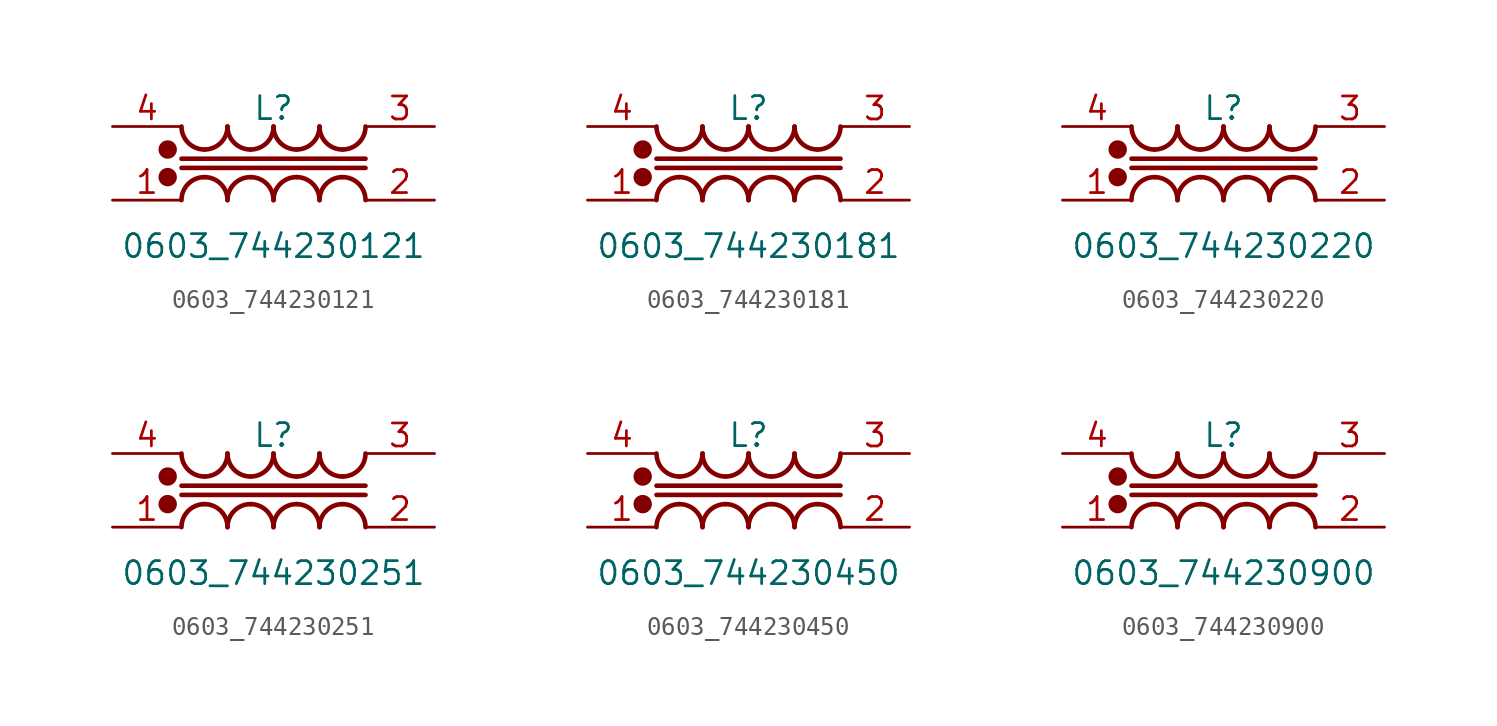
<source format=kicad_sym>
(kicad_symbol_lib
  (version 20211014)
  (generator kicad_symbol_editor)
  (symbol "Inductor_Wurth_WE-CNSW:0603_744230121"
    (pin_names hide)
    (property "Reference" "L"
      (at 0 5.08 0)
      (effects (font (size 1.27 1.27))))
    (property "Value" "0603_744230121"
      (at 0 -2.54 0)
      (effects (font (size 1.27 1.27))))
    (symbol "0603_744230121_0_1"
      (arc (start -5.08 4.064) (mid -4.708 3.166) (end -3.81 2.794) (stroke (width 0.254) (type default)) (fill (type none)))
      (arc (start -3.81 1.27) (mid -4.708 0.898) (end -5.08 0) (stroke (width 0.254) (type default)) (fill (type none)))
      (arc (start -3.81 2.794) (mid -2.912 3.166) (end -2.54 4.064) (stroke (width 0.254) (type default)) (fill (type none)))
      (arc (start -2.54 0) (mid -2.912 0.898) (end -3.81 1.27) (stroke (width 0.254) (type default)) (fill (type none)))
      (arc (start -2.5399 4.0639) (mid -2.1679 3.1659) (end -1.2699 2.7939) (stroke (width 0.254) (type default)) (fill (type none)))
      (arc (start -1.2699 1.2701) (mid -2.1679 0.8981) (end -2.5399 0.0001) (stroke (width 0.254) (type default)) (fill (type none)))
      (arc (start -1.2699 2.7939) (mid -0.3719 3.1659) (end 0.0001 4.0639) (stroke (width 0.254) (type default)) (fill (type none)))
      (arc (start 0.0001 0.0001) (mid -0.3719 0.8981) (end -1.2699 1.2701) (stroke (width 0.254) (type default)) (fill (type none)))
      (polyline (pts (xy -5.08 1.778) (xy 5.08 1.778)) (stroke (width 0.254) (type default)) (fill (type none)))
      (polyline (pts (xy -5.08 2.286) (xy 5.08 2.286)) (stroke (width 0.254) (type default)) (fill (type none)))
      (arc (start 0.0001 4.0639) (mid 0.3721 3.166) (end 1.2701 2.7939) (stroke (width 0.254) (type default)) (fill (type none)))
      (arc (start 1.2701 1.2701) (mid 0.3721 0.8981) (end 0.0001 0.0001) (stroke (width 0.254) (type default)) (fill (type none)))
      (arc (start 1.2701 2.7939) (mid 2.1681 3.1659) (end 2.5401 4.0639) (stroke (width 0.254) (type default)) (fill (type none)))
      (arc (start 2.5401 0.0001) (mid 2.1681 0.8981) (end 1.2701 1.2701) (stroke (width 0.254) (type default)) (fill (type none)))
      (arc (start 2.5401 4.0639) (mid 2.9121 3.166) (end 3.8101 2.7939) (stroke (width 0.254) (type default)) (fill (type none)))
      (arc (start 3.8101 1.2701) (mid 2.9121 0.8981) (end 2.5401 0.0001) (stroke (width 0.254) (type default)) (fill (type none)))
      (arc (start 3.8101 2.7939) (mid 4.7081 3.1659) (end 5.0801 4.0639) (stroke (width 0.254) (type default)) (fill (type none)))
      (arc (start 5.0801 0.0001) (mid 4.7081 0.8981) (end 3.8101 1.2701) (stroke (width 0.254) (type default)) (fill (type none))))
    (symbol "0603_744230121_1_1"
      (circle (center -5.842 1.27) (radius 0.0001) (stroke (width 0.508) (type default)) (fill (type none)))
      (circle (center -5.842 2.794) (radius 0.0001) (stroke (width 0.508) (type default)) (fill (type none)))
      (pin passive line (at -8.89 0 0) (length 3.81) (name "1" (effects (font (size 1.27 1.27)))) (number "1" (effects (font (size 1.27 1.27)))))
      (pin passive line (at 8.89 0 180) (length 3.81) (name "2" (effects (font (size 1.27 1.27)))) (number "2" (effects (font (size 1.27 1.27)))))
      (pin passive line (at 8.89 4.064 180) (length 3.81) (name "3" (effects (font (size 1.27 1.27)))) (number "3" (effects (font (size 1.27 1.27)))))
      (pin passive line (at -8.89 4.064 0) (length 3.81) (name "4" (effects (font (size 1.27 1.27)))) (number "4" (effects (font (size 1.27 1.27)))))))
  (symbol "Inductor_Wurth_WE-CNSW:0603_744230181"
    (pin_names hide)
    (property "Reference" "L"
      (at 0 5.08 0)
      (effects (font (size 1.27 1.27))))
    (property "Value" "0603_744230181"
      (at 0 -2.54 0)
      (effects (font (size 1.27 1.27))))
    (symbol "0603_744230181_0_1"
      (arc (start -5.08 4.064) (mid -4.708 3.166) (end -3.81 2.794) (stroke (width 0.254) (type default)) (fill (type none)))
      (arc (start -3.81 1.27) (mid -4.708 0.898) (end -5.08 0) (stroke (width 0.254) (type default)) (fill (type none)))
      (arc (start -3.81 2.794) (mid -2.912 3.166) (end -2.54 4.064) (stroke (width 0.254) (type default)) (fill (type none)))
      (arc (start -2.54 0) (mid -2.912 0.898) (end -3.81 1.27) (stroke (width 0.254) (type default)) (fill (type none)))
      (arc (start -2.5399 4.0639) (mid -2.1679 3.1659) (end -1.2699 2.7939) (stroke (width 0.254) (type default)) (fill (type none)))
      (arc (start -1.2699 1.2701) (mid -2.1679 0.8981) (end -2.5399 0.0001) (stroke (width 0.254) (type default)) (fill (type none)))
      (arc (start -1.2699 2.7939) (mid -0.3719 3.1659) (end 0.0001 4.0639) (stroke (width 0.254) (type default)) (fill (type none)))
      (arc (start 0.0001 0.0001) (mid -0.3719 0.8981) (end -1.2699 1.2701) (stroke (width 0.254) (type default)) (fill (type none)))
      (polyline (pts (xy -5.08 1.778) (xy 5.08 1.778)) (stroke (width 0.254) (type default)) (fill (type none)))
      (polyline (pts (xy -5.08 2.286) (xy 5.08 2.286)) (stroke (width 0.254) (type default)) (fill (type none)))
      (arc (start 0.0001 4.0639) (mid 0.3721 3.166) (end 1.2701 2.7939) (stroke (width 0.254) (type default)) (fill (type none)))
      (arc (start 1.2701 1.2701) (mid 0.3721 0.8981) (end 0.0001 0.0001) (stroke (width 0.254) (type default)) (fill (type none)))
      (arc (start 1.2701 2.7939) (mid 2.1681 3.1659) (end 2.5401 4.0639) (stroke (width 0.254) (type default)) (fill (type none)))
      (arc (start 2.5401 0.0001) (mid 2.1681 0.8981) (end 1.2701 1.2701) (stroke (width 0.254) (type default)) (fill (type none)))
      (arc (start 2.5401 4.0639) (mid 2.9121 3.166) (end 3.8101 2.7939) (stroke (width 0.254) (type default)) (fill (type none)))
      (arc (start 3.8101 1.2701) (mid 2.9121 0.8981) (end 2.5401 0.0001) (stroke (width 0.254) (type default)) (fill (type none)))
      (arc (start 3.8101 2.7939) (mid 4.7081 3.1659) (end 5.0801 4.0639) (stroke (width 0.254) (type default)) (fill (type none)))
      (arc (start 5.0801 0.0001) (mid 4.7081 0.8981) (end 3.8101 1.2701) (stroke (width 0.254) (type default)) (fill (type none))))
    (symbol "0603_744230181_1_1"
      (circle (center -5.842 1.27) (radius 0.0001) (stroke (width 0.508) (type default)) (fill (type none)))
      (circle (center -5.842 2.794) (radius 0.0001) (stroke (width 0.508) (type default)) (fill (type none)))
      (pin passive line (at -8.89 0 0) (length 3.81) (name "1" (effects (font (size 1.27 1.27)))) (number "1" (effects (font (size 1.27 1.27)))))
      (pin passive line (at 8.89 0 180) (length 3.81) (name "2" (effects (font (size 1.27 1.27)))) (number "2" (effects (font (size 1.27 1.27)))))
      (pin passive line (at 8.89 4.064 180) (length 3.81) (name "3" (effects (font (size 1.27 1.27)))) (number "3" (effects (font (size 1.27 1.27)))))
      (pin passive line (at -8.89 4.064 0) (length 3.81) (name "4" (effects (font (size 1.27 1.27)))) (number "4" (effects (font (size 1.27 1.27)))))))
  (symbol "Inductor_Wurth_WE-CNSW:0603_744230220"
    (pin_names hide)
    (property "Reference" "L"
      (at 0 5.08 0)
      (effects (font (size 1.27 1.27))))
    (property "Value" "0603_744230220"
      (at 0 -2.54 0)
      (effects (font (size 1.27 1.27))))
    (symbol "0603_744230220_0_1"
      (arc (start -5.08 4.064) (mid -4.708 3.166) (end -3.81 2.794) (stroke (width 0.254) (type default)) (fill (type none)))
      (arc (start -3.81 1.27) (mid -4.708 0.898) (end -5.08 0) (stroke (width 0.254) (type default)) (fill (type none)))
      (arc (start -3.81 2.794) (mid -2.912 3.166) (end -2.54 4.064) (stroke (width 0.254) (type default)) (fill (type none)))
      (arc (start -2.54 0) (mid -2.912 0.898) (end -3.81 1.27) (stroke (width 0.254) (type default)) (fill (type none)))
      (arc (start -2.5399 4.0639) (mid -2.1679 3.1659) (end -1.2699 2.7939) (stroke (width 0.254) (type default)) (fill (type none)))
      (arc (start -1.2699 1.2701) (mid -2.1679 0.8981) (end -2.5399 0.0001) (stroke (width 0.254) (type default)) (fill (type none)))
      (arc (start -1.2699 2.7939) (mid -0.3719 3.1659) (end 0.0001 4.0639) (stroke (width 0.254) (type default)) (fill (type none)))
      (arc (start 0.0001 0.0001) (mid -0.3719 0.8981) (end -1.2699 1.2701) (stroke (width 0.254) (type default)) (fill (type none)))
      (polyline (pts (xy -5.08 1.778) (xy 5.08 1.778)) (stroke (width 0.254) (type default)) (fill (type none)))
      (polyline (pts (xy -5.08 2.286) (xy 5.08 2.286)) (stroke (width 0.254) (type default)) (fill (type none)))
      (arc (start 0.0001 4.0639) (mid 0.3721 3.166) (end 1.2701 2.7939) (stroke (width 0.254) (type default)) (fill (type none)))
      (arc (start 1.2701 1.2701) (mid 0.3721 0.8981) (end 0.0001 0.0001) (stroke (width 0.254) (type default)) (fill (type none)))
      (arc (start 1.2701 2.7939) (mid 2.1681 3.1659) (end 2.5401 4.0639) (stroke (width 0.254) (type default)) (fill (type none)))
      (arc (start 2.5401 0.0001) (mid 2.1681 0.8981) (end 1.2701 1.2701) (stroke (width 0.254) (type default)) (fill (type none)))
      (arc (start 2.5401 4.0639) (mid 2.9121 3.166) (end 3.8101 2.7939) (stroke (width 0.254) (type default)) (fill (type none)))
      (arc (start 3.8101 1.2701) (mid 2.9121 0.8981) (end 2.5401 0.0001) (stroke (width 0.254) (type default)) (fill (type none)))
      (arc (start 3.8101 2.7939) (mid 4.7081 3.1659) (end 5.0801 4.0639) (stroke (width 0.254) (type default)) (fill (type none)))
      (arc (start 5.0801 0.0001) (mid 4.7081 0.8981) (end 3.8101 1.2701) (stroke (width 0.254) (type default)) (fill (type none))))
    (symbol "0603_744230220_1_1"
      (circle (center -5.842 1.27) (radius 0.0001) (stroke (width 0.508) (type default)) (fill (type none)))
      (circle (center -5.842 2.794) (radius 0.0001) (stroke (width 0.508) (type default)) (fill (type none)))
      (pin passive line (at -8.89 0 0) (length 3.81) (name "1" (effects (font (size 1.27 1.27)))) (number "1" (effects (font (size 1.27 1.27)))))
      (pin passive line (at 8.89 0 180) (length 3.81) (name "2" (effects (font (size 1.27 1.27)))) (number "2" (effects (font (size 1.27 1.27)))))
      (pin passive line (at 8.89 4.064 180) (length 3.81) (name "3" (effects (font (size 1.27 1.27)))) (number "3" (effects (font (size 1.27 1.27)))))
      (pin passive line (at -8.89 4.064 0) (length 3.81) (name "4" (effects (font (size 1.27 1.27)))) (number "4" (effects (font (size 1.27 1.27)))))))
  (symbol "Inductor_Wurth_WE-CNSW:0603_744230251"
    (pin_names hide)
    (property "Reference" "L"
      (at 0 5.08 0)
      (effects (font (size 1.27 1.27))))
    (property "Value" "0603_744230251"
      (at 0 -2.54 0)
      (effects (font (size 1.27 1.27))))
    (symbol "0603_744230251_0_1"
      (arc (start -5.08 4.064) (mid -4.708 3.166) (end -3.81 2.794) (stroke (width 0.254) (type default)) (fill (type none)))
      (arc (start -3.81 1.27) (mid -4.708 0.898) (end -5.08 0) (stroke (width 0.254) (type default)) (fill (type none)))
      (arc (start -3.81 2.794) (mid -2.912 3.166) (end -2.54 4.064) (stroke (width 0.254) (type default)) (fill (type none)))
      (arc (start -2.54 0) (mid -2.912 0.898) (end -3.81 1.27) (stroke (width 0.254) (type default)) (fill (type none)))
      (arc (start -2.5399 4.0639) (mid -2.1679 3.1659) (end -1.2699 2.7939) (stroke (width 0.254) (type default)) (fill (type none)))
      (arc (start -1.2699 1.2701) (mid -2.1679 0.8981) (end -2.5399 0.0001) (stroke (width 0.254) (type default)) (fill (type none)))
      (arc (start -1.2699 2.7939) (mid -0.3719 3.1659) (end 0.0001 4.0639) (stroke (width 0.254) (type default)) (fill (type none)))
      (arc (start 0.0001 0.0001) (mid -0.3719 0.8981) (end -1.2699 1.2701) (stroke (width 0.254) (type default)) (fill (type none)))
      (polyline (pts (xy -5.08 1.778) (xy 5.08 1.778)) (stroke (width 0.254) (type default)) (fill (type none)))
      (polyline (pts (xy -5.08 2.286) (xy 5.08 2.286)) (stroke (width 0.254) (type default)) (fill (type none)))
      (arc (start 0.0001 4.0639) (mid 0.3721 3.166) (end 1.2701 2.7939) (stroke (width 0.254) (type default)) (fill (type none)))
      (arc (start 1.2701 1.2701) (mid 0.3721 0.8981) (end 0.0001 0.0001) (stroke (width 0.254) (type default)) (fill (type none)))
      (arc (start 1.2701 2.7939) (mid 2.1681 3.1659) (end 2.5401 4.0639) (stroke (width 0.254) (type default)) (fill (type none)))
      (arc (start 2.5401 0.0001) (mid 2.1681 0.8981) (end 1.2701 1.2701) (stroke (width 0.254) (type default)) (fill (type none)))
      (arc (start 2.5401 4.0639) (mid 2.9121 3.166) (end 3.8101 2.7939) (stroke (width 0.254) (type default)) (fill (type none)))
      (arc (start 3.8101 1.2701) (mid 2.9121 0.8981) (end 2.5401 0.0001) (stroke (width 0.254) (type default)) (fill (type none)))
      (arc (start 3.8101 2.7939) (mid 4.7081 3.1659) (end 5.0801 4.0639) (stroke (width 0.254) (type default)) (fill (type none)))
      (arc (start 5.0801 0.0001) (mid 4.7081 0.8981) (end 3.8101 1.2701) (stroke (width 0.254) (type default)) (fill (type none))))
    (symbol "0603_744230251_1_1"
      (circle (center -5.842 1.27) (radius 0.0001) (stroke (width 0.508) (type default)) (fill (type none)))
      (circle (center -5.842 2.794) (radius 0.0001) (stroke (width 0.508) (type default)) (fill (type none)))
      (pin passive line (at -8.89 0 0) (length 3.81) (name "1" (effects (font (size 1.27 1.27)))) (number "1" (effects (font (size 1.27 1.27)))))
      (pin passive line (at 8.89 0 180) (length 3.81) (name "2" (effects (font (size 1.27 1.27)))) (number "2" (effects (font (size 1.27 1.27)))))
      (pin passive line (at 8.89 4.064 180) (length 3.81) (name "3" (effects (font (size 1.27 1.27)))) (number "3" (effects (font (size 1.27 1.27)))))
      (pin passive line (at -8.89 4.064 0) (length 3.81) (name "4" (effects (font (size 1.27 1.27)))) (number "4" (effects (font (size 1.27 1.27)))))))
  (symbol "Inductor_Wurth_WE-CNSW:0603_744230450"
    (pin_names hide)
    (property "Reference" "L"
      (at 0 5.08 0)
      (effects (font (size 1.27 1.27))))
    (property "Value" "0603_744230450"
      (at 0 -2.54 0)
      (effects (font (size 1.27 1.27))))
    (symbol "0603_744230450_0_1"
      (arc (start -5.08 4.064) (mid -4.708 3.166) (end -3.81 2.794) (stroke (width 0.254) (type default)) (fill (type none)))
      (arc (start -3.81 1.27) (mid -4.708 0.898) (end -5.08 0) (stroke (width 0.254) (type default)) (fill (type none)))
      (arc (start -3.81 2.794) (mid -2.912 3.166) (end -2.54 4.064) (stroke (width 0.254) (type default)) (fill (type none)))
      (arc (start -2.54 0) (mid -2.912 0.898) (end -3.81 1.27) (stroke (width 0.254) (type default)) (fill (type none)))
      (arc (start -2.5399 4.0639) (mid -2.1679 3.1659) (end -1.2699 2.7939) (stroke (width 0.254) (type default)) (fill (type none)))
      (arc (start -1.2699 1.2701) (mid -2.1679 0.8981) (end -2.5399 0.0001) (stroke (width 0.254) (type default)) (fill (type none)))
      (arc (start -1.2699 2.7939) (mid -0.3719 3.1659) (end 0.0001 4.0639) (stroke (width 0.254) (type default)) (fill (type none)))
      (arc (start 0.0001 0.0001) (mid -0.3719 0.8981) (end -1.2699 1.2701) (stroke (width 0.254) (type default)) (fill (type none)))
      (polyline (pts (xy -5.08 1.778) (xy 5.08 1.778)) (stroke (width 0.254) (type default)) (fill (type none)))
      (polyline (pts (xy -5.08 2.286) (xy 5.08 2.286)) (stroke (width 0.254) (type default)) (fill (type none)))
      (arc (start 0.0001 4.0639) (mid 0.3721 3.166) (end 1.2701 2.7939) (stroke (width 0.254) (type default)) (fill (type none)))
      (arc (start 1.2701 1.2701) (mid 0.3721 0.8981) (end 0.0001 0.0001) (stroke (width 0.254) (type default)) (fill (type none)))
      (arc (start 1.2701 2.7939) (mid 2.1681 3.1659) (end 2.5401 4.0639) (stroke (width 0.254) (type default)) (fill (type none)))
      (arc (start 2.5401 0.0001) (mid 2.1681 0.8981) (end 1.2701 1.2701) (stroke (width 0.254) (type default)) (fill (type none)))
      (arc (start 2.5401 4.0639) (mid 2.9121 3.166) (end 3.8101 2.7939) (stroke (width 0.254) (type default)) (fill (type none)))
      (arc (start 3.8101 1.2701) (mid 2.9121 0.8981) (end 2.5401 0.0001) (stroke (width 0.254) (type default)) (fill (type none)))
      (arc (start 3.8101 2.7939) (mid 4.7081 3.1659) (end 5.0801 4.0639) (stroke (width 0.254) (type default)) (fill (type none)))
      (arc (start 5.0801 0.0001) (mid 4.7081 0.8981) (end 3.8101 1.2701) (stroke (width 0.254) (type default)) (fill (type none))))
    (symbol "0603_744230450_1_1"
      (circle (center -5.842 1.27) (radius 0.0001) (stroke (width 0.508) (type default)) (fill (type none)))
      (circle (center -5.842 2.794) (radius 0.0001) (stroke (width 0.508) (type default)) (fill (type none)))
      (pin passive line (at -8.89 0 0) (length 3.81) (name "1" (effects (font (size 1.27 1.27)))) (number "1" (effects (font (size 1.27 1.27)))))
      (pin passive line (at 8.89 0 180) (length 3.81) (name "2" (effects (font (size 1.27 1.27)))) (number "2" (effects (font (size 1.27 1.27)))))
      (pin passive line (at 8.89 4.064 180) (length 3.81) (name "3" (effects (font (size 1.27 1.27)))) (number "3" (effects (font (size 1.27 1.27)))))
      (pin passive line (at -8.89 4.064 0) (length 3.81) (name "4" (effects (font (size 1.27 1.27)))) (number "4" (effects (font (size 1.27 1.27)))))))
  (symbol "Inductor_Wurth_WE-CNSW:0603_744230900"
    (pin_names hide)
    (property "Reference" "L"
      (at 0 5.08 0)
      (effects (font (size 1.27 1.27))))
    (property "Value" "0603_744230900"
      (at 0 -2.54 0)
      (effects (font (size 1.27 1.27))))
    (symbol "0603_744230900_0_1"
      (arc (start -5.08 4.064) (mid -4.708 3.166) (end -3.81 2.794) (stroke (width 0.254) (type default)) (fill (type none)))
      (arc (start -3.81 1.27) (mid -4.708 0.898) (end -5.08 0) (stroke (width 0.254) (type default)) (fill (type none)))
      (arc (start -3.81 2.794) (mid -2.912 3.166) (end -2.54 4.064) (stroke (width 0.254) (type default)) (fill (type none)))
      (arc (start -2.54 0) (mid -2.912 0.898) (end -3.81 1.27) (stroke (width 0.254) (type default)) (fill (type none)))
      (arc (start -2.5399 4.0639) (mid -2.1679 3.1659) (end -1.2699 2.7939) (stroke (width 0.254) (type default)) (fill (type none)))
      (arc (start -1.2699 1.2701) (mid -2.1679 0.8981) (end -2.5399 0.0001) (stroke (width 0.254) (type default)) (fill (type none)))
      (arc (start -1.2699 2.7939) (mid -0.3719 3.1659) (end 0.0001 4.0639) (stroke (width 0.254) (type default)) (fill (type none)))
      (arc (start 0.0001 0.0001) (mid -0.3719 0.8981) (end -1.2699 1.2701) (stroke (width 0.254) (type default)) (fill (type none)))
      (polyline (pts (xy -5.08 1.778) (xy 5.08 1.778)) (stroke (width 0.254) (type default)) (fill (type none)))
      (polyline (pts (xy -5.08 2.286) (xy 5.08 2.286)) (stroke (width 0.254) (type default)) (fill (type none)))
      (arc (start 0.0001 4.0639) (mid 0.3721 3.166) (end 1.2701 2.7939) (stroke (width 0.254) (type default)) (fill (type none)))
      (arc (start 1.2701 1.2701) (mid 0.3721 0.8981) (end 0.0001 0.0001) (stroke (width 0.254) (type default)) (fill (type none)))
      (arc (start 1.2701 2.7939) (mid 2.1681 3.1659) (end 2.5401 4.0639) (stroke (width 0.254) (type default)) (fill (type none)))
      (arc (start 2.5401 0.0001) (mid 2.1681 0.8981) (end 1.2701 1.2701) (stroke (width 0.254) (type default)) (fill (type none)))
      (arc (start 2.5401 4.0639) (mid 2.9121 3.166) (end 3.8101 2.7939) (stroke (width 0.254) (type default)) (fill (type none)))
      (arc (start 3.8101 1.2701) (mid 2.9121 0.8981) (end 2.5401 0.0001) (stroke (width 0.254) (type default)) (fill (type none)))
      (arc (start 3.8101 2.7939) (mid 4.7081 3.1659) (end 5.0801 4.0639) (stroke (width 0.254) (type default)) (fill (type none)))
      (arc (start 5.0801 0.0001) (mid 4.7081 0.8981) (end 3.8101 1.2701) (stroke (width 0.254) (type default)) (fill (type none))))
    (symbol "0603_744230900_1_1"
      (circle (center -5.842 1.27) (radius 0.0001) (stroke (width 0.508) (type default)) (fill (type none)))
      (circle (center -5.842 2.794) (radius 0.0001) (stroke (width 0.508) (type default)) (fill (type none)))
      (pin passive line (at -8.89 0 0) (length 3.81) (name "1" (effects (font (size 1.27 1.27)))) (number "1" (effects (font (size 1.27 1.27)))))
      (pin passive line (at 8.89 0 180) (length 3.81) (name "2" (effects (font (size 1.27 1.27)))) (number "2" (effects (font (size 1.27 1.27)))))
      (pin passive line (at 8.89 4.064 180) (length 3.81) (name "3" (effects (font (size 1.27 1.27)))) (number "3" (effects (font (size 1.27 1.27)))))
      (pin passive line (at -8.89 4.064 0) (length 3.81) (name "4" (effects (font (size 1.27 1.27)))) (number "4" (effects (font (size 1.27 1.27))))))))
</source>
